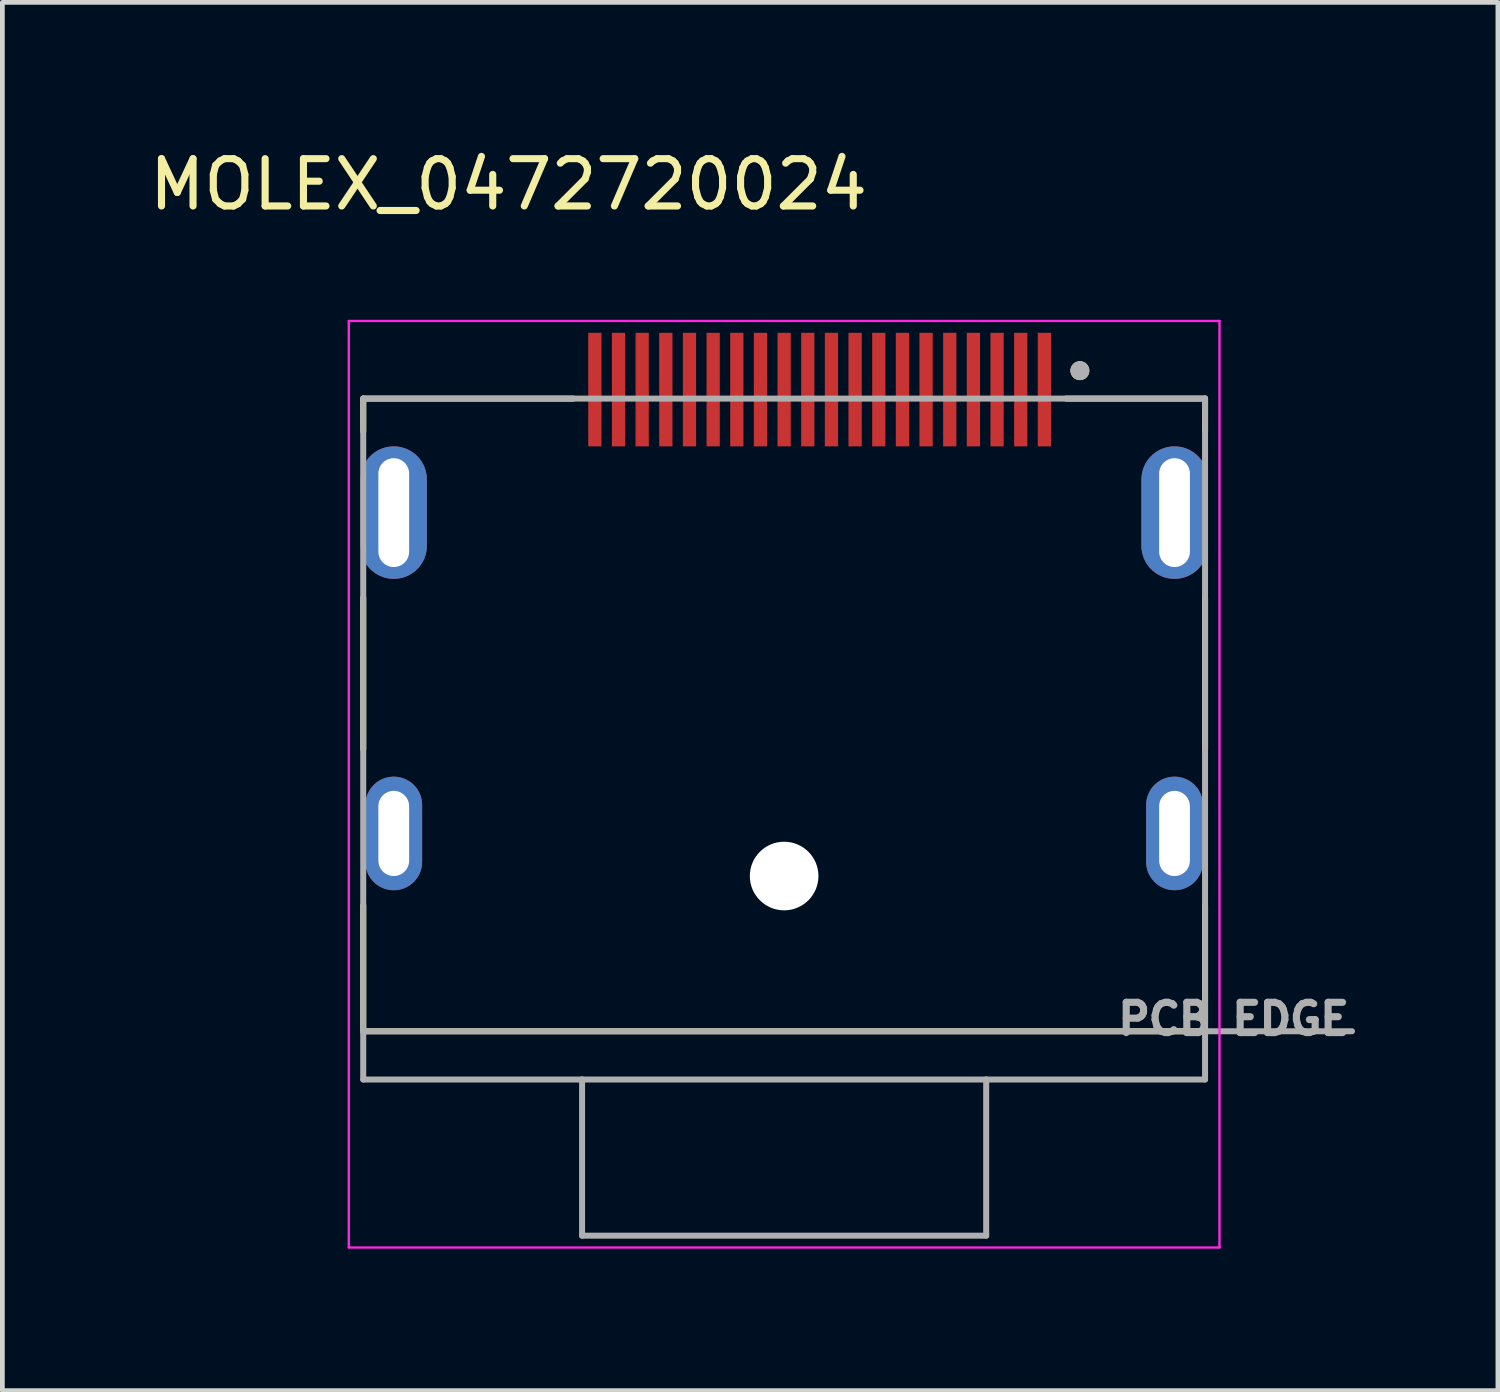
<source format=kicad_pcb>
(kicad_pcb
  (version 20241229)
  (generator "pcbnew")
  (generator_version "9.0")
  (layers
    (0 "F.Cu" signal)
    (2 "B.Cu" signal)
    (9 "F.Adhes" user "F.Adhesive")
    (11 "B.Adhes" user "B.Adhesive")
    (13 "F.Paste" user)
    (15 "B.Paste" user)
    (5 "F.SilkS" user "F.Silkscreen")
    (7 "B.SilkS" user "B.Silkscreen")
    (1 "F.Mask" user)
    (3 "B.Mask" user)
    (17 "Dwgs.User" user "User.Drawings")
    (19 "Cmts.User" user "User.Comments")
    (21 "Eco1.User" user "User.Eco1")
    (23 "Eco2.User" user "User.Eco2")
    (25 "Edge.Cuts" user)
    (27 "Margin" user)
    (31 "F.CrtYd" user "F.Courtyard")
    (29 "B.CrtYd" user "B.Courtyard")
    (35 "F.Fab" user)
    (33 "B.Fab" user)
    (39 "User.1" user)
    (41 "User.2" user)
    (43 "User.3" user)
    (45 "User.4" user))
  (footprint "MOLEX_0472720024"
    (layer "F.Cu")
    (at 13.521 7.783)
    (property "Reference" "MOLEX_0472720024" (at -5.825 -6.935 0) (layer "F.SilkS") (effects (font (size 1 1) (thickness 0.15))))
    (attr smd)
    (fp_line (start -8.895 -2.41) (end -8.895 -1.72) (stroke (width 0.127) (type solid)) (layer "F.SilkS"))
    (fp_line (start -8.895 1.8) (end -8.895 5) (stroke (width 0.127) (type solid)) (layer "F.SilkS"))
    (fp_line (start -8.895 8.3) (end -8.895 10.96) (stroke (width 0.127) (type solid)) (layer "F.SilkS"))
    (fp_line (start -8.895 10.96) (end 8.895 10.96) (stroke (width 0.127) (type solid)) (layer "F.SilkS"))
    (fp_line (start -4.46 -2.41) (end -8.895 -2.41) (stroke (width 0.127) (type solid)) (layer "F.SilkS"))
    (fp_line (start 5.96 -2.41) (end 8.895 -2.41) (stroke (width 0.127) (type solid)) (layer "F.SilkS"))
    (fp_line (start 8.895 -2.41) (end 8.895 -1.72) (stroke (width 0.127) (type solid)) (layer "F.SilkS"))
    (fp_line (start 8.895 1.8) (end 8.895 5) (stroke (width 0.127) (type solid)) (layer "F.SilkS"))
    (fp_line (start 8.895 10.96) (end 8.895 8.3) (stroke (width 0.127) (type solid)) (layer "F.SilkS"))
    (fp_circle (center 6.25 -3) (end 6.35 -3) (stroke (width 0.2) (type solid)) (fill no) (layer "F.SilkS"))
    (fp_line (start -9.2 -4.05) (end 9.2 -4.05) (stroke (width 0.05) (type solid)) (layer "F.CrtYd"))
    (fp_line (start -9.2 15.53) (end -9.2 -4.05) (stroke (width 0.05) (type solid)) (layer "F.CrtYd"))
    (fp_line (start 9.2 -4.05) (end 9.2 15.53) (stroke (width 0.05) (type solid)) (layer "F.CrtYd"))
    (fp_line (start 9.2 15.53) (end -9.2 15.53) (stroke (width 0.05) (type solid)) (layer "F.CrtYd"))
    (fp_line (start -8.895 -2.41) (end 8.895 -2.41) (stroke (width 0.127) (type solid)) (layer "F.Fab"))
    (fp_line (start -8.895 10.96) (end -8.895 -2.41) (stroke (width 0.127) (type solid)) (layer "F.Fab"))
    (fp_line (start -8.895 10.96) (end 12 10.96) (stroke (width 0.127) (type solid)) (layer "F.Fab"))
    (fp_line (start -8.895 11.98) (end -8.895 10.96) (stroke (width 0.127) (type solid)) (layer "F.Fab"))
    (fp_line (start -4.27 11.98) (end -8.895 11.98) (stroke (width 0.127) (type solid)) (layer "F.Fab"))
    (fp_line (start -4.27 11.98) (end -4.27 15.28) (stroke (width 0.127) (type solid)) (layer "F.Fab"))
    (fp_line (start -4.27 15.28) (end 4.27 15.28) (stroke (width 0.127) (type solid)) (layer "F.Fab"))
    (fp_line (start 4.27 11.98) (end -4.27 11.98) (stroke (width 0.127) (type solid)) (layer "F.Fab"))
    (fp_line (start 4.27 15.28) (end 4.27 11.98) (stroke (width 0.127) (type solid)) (layer "F.Fab"))
    (fp_line (start 8.895 -2.41) (end 8.895 11.98) (stroke (width 0.127) (type solid)) (layer "F.Fab"))
    (fp_line (start 8.895 11.98) (end 4.27 11.98) (stroke (width 0.127) (type solid)) (layer "F.Fab"))
    (fp_circle (center 6.25 -3) (end 6.35 -3) (stroke (width 0.2) (type solid)) (fill no) (layer "F.Fab"))
    (fp_text user "PCB EDGE" (at 9.5 10.7 0) (layer "F.Fab") (effects (font (size 0.64 0.64) (thickness 0.15))))
    (pad "" np_thru_hole circle (at 0 7.68) (size 1.45 1.45) (drill 1.45) (layers "*.Cu" "*.Mask"))
    (pad "1" smd rect (at 5.5 -2.6) (size 0.28 2.4) (layers "F.Cu" "F.Mask" "F.Paste"))
    (pad "2" smd rect (at 5 -2.6) (size 0.28 2.4) (layers "F.Cu" "F.Mask" "F.Paste"))
    (pad "3" smd rect (at 4.5 -2.6) (size 0.28 2.4) (layers "F.Cu" "F.Mask" "F.Paste"))
    (pad "4" smd rect (at 4 -2.6) (size 0.28 2.4) (layers "F.Cu" "F.Mask" "F.Paste"))
    (pad "5" smd rect (at 3.5 -2.6) (size 0.28 2.4) (layers "F.Cu" "F.Mask" "F.Paste"))
    (pad "6" smd rect (at 3 -2.6) (size 0.28 2.4) (layers "F.Cu" "F.Mask" "F.Paste"))
    (pad "7" smd rect (at 2.5 -2.6) (size 0.28 2.4) (layers "F.Cu" "F.Mask" "F.Paste"))
    (pad "8" smd rect (at 2 -2.6) (size 0.28 2.4) (layers "F.Cu" "F.Mask" "F.Paste"))
    (pad "9" smd rect (at 1.5 -2.6) (size 0.28 2.4) (layers "F.Cu" "F.Mask" "F.Paste"))
    (pad "10" smd rect (at 1 -2.6) (size 0.28 2.4) (layers "F.Cu" "F.Mask" "F.Paste"))
    (pad "11" smd rect (at 0.5 -2.6) (size 0.28 2.4) (layers "F.Cu" "F.Mask" "F.Paste"))
    (pad "12" smd rect (at 0 -2.6) (size 0.28 2.4) (layers "F.Cu" "F.Mask" "F.Paste"))
    (pad "13" smd rect (at -0.5 -2.6) (size 0.28 2.4) (layers "F.Cu" "F.Mask" "F.Paste"))
    (pad "14" smd rect (at -1 -2.6) (size 0.28 2.4) (layers "F.Cu" "F.Mask" "F.Paste"))
    (pad "15" smd rect (at -1.5 -2.6) (size 0.28 2.4) (layers "F.Cu" "F.Mask" "F.Paste"))
    (pad "16" smd rect (at -2 -2.6) (size 0.28 2.4) (layers "F.Cu" "F.Mask" "F.Paste"))
    (pad "17" smd rect (at -2.5 -2.6) (size 0.28 2.4) (layers "F.Cu" "F.Mask" "F.Paste"))
    (pad "18" smd rect (at -3 -2.6) (size 0.28 2.4) (layers "F.Cu" "F.Mask" "F.Paste"))
    (pad "19" smd rect (at -3.5 -2.6) (size 0.28 2.4) (layers "F.Cu" "F.Mask" "F.Paste"))
    (pad "20" smd rect (at -4 -2.6) (size 0.28 2.4) (layers "F.Cu" "F.Mask" "F.Paste"))
    (pad "S1" thru_hole oval (at -8.25 0) (size 1.4 2.8) (drill oval 0.65 2.3) (layers "*.Cu" "*.Mask"))
    (pad "S2" thru_hole oval (at 8.25 0) (size 1.4 2.8) (drill oval 0.65 2.3) (layers "*.Cu" "*.Mask"))
    (pad "S3" thru_hole oval (at -8.25 6.78) (size 1.2 2.4) (drill oval 0.65 1.8) (layers "*.Cu" "*.Mask"))
    (pad "S4" thru_hole oval (at 8.25 6.78) (size 1.2 2.4) (drill oval 0.65 1.8) (layers "*.Cu" "*.Mask")))
  (gr_rect
    (start -3 -3)
    (end 28.605 26.338)
    (stroke (width 0.1) (type default))
    (fill no)
    (layer "Edge.Cuts")))
</source>
